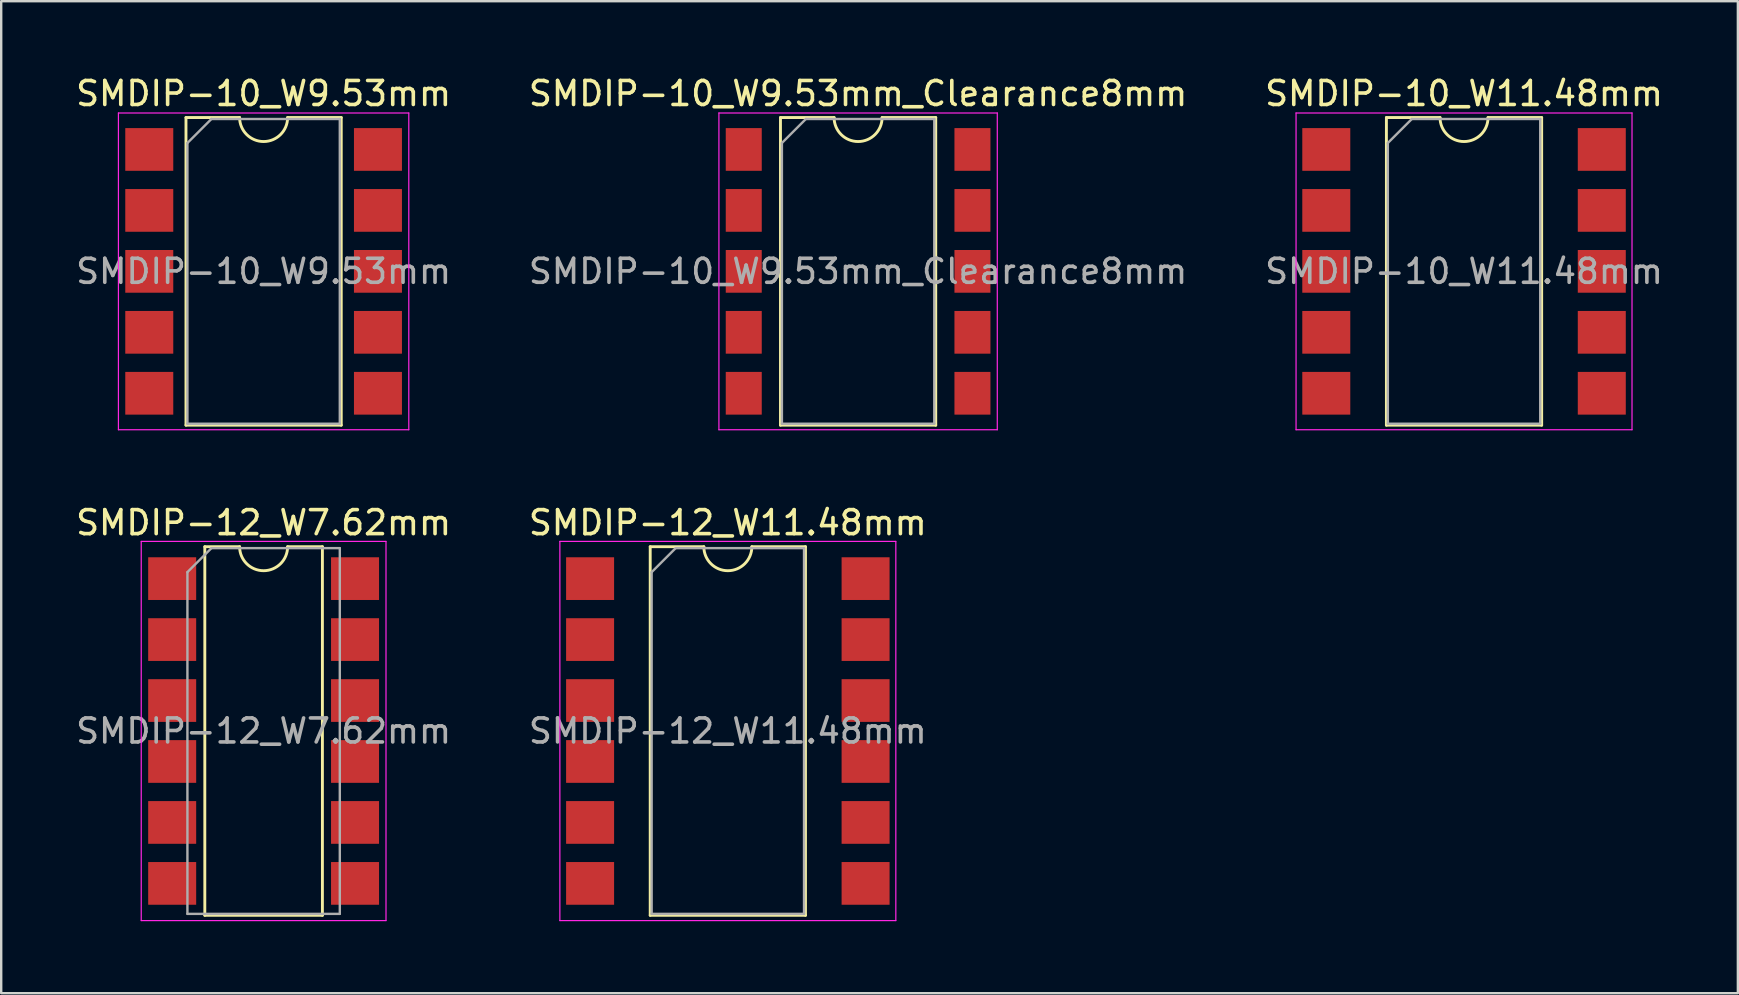
<source format=kicad_pcb>
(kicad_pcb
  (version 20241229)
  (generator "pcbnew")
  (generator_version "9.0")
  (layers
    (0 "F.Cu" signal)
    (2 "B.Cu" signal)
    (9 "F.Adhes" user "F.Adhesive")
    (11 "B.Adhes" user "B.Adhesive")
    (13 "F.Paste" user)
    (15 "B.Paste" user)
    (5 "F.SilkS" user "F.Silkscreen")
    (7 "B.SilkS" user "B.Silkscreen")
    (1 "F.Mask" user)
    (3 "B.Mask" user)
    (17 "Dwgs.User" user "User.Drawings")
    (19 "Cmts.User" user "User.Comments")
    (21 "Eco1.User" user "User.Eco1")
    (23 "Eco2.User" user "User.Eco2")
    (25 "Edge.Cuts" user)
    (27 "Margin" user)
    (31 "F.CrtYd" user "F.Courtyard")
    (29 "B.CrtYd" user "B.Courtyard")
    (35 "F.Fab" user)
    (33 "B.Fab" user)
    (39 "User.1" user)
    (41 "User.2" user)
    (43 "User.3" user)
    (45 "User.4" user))
  (footprint "SMDIP-12_W7.62mm"
    (layer "F.Cu")
    (at 7.935 27.412)
    (property "Reference" "SMDIP-12_W7.62mm" (at 0 -8.68 0) (layer "F.SilkS") (effects (font (size 1 1) (thickness 0.15))))
    (attr smd)
    (fp_line (start -2.45 -7.68) (end -2.45 7.68) (stroke (width 0.12) (type solid)) (layer "F.SilkS"))
    (fp_line (start -2.45 7.68) (end 2.45 7.68) (stroke (width 0.12) (type solid)) (layer "F.SilkS"))
    (fp_line (start -1 -7.68) (end -2.45 -7.68) (stroke (width 0.12) (type solid)) (layer "F.SilkS"))
    (fp_line (start 2.45 -7.68) (end 1 -7.68) (stroke (width 0.12) (type solid)) (layer "F.SilkS"))
    (fp_line (start 2.45 7.68) (end 2.45 -7.68) (stroke (width 0.12) (type solid)) (layer "F.SilkS"))
    (fp_arc (start 1 -7.68) (mid 0 -6.68) (end -1 -7.68) (stroke (width 0.12) (type solid)) (layer "F.SilkS"))
    (fp_line (start -5.1 -7.9) (end -5.1 7.9) (stroke (width 0.05) (type solid)) (layer "F.CrtYd"))
    (fp_line (start -5.1 7.9) (end 5.1 7.9) (stroke (width 0.05) (type solid)) (layer "F.CrtYd"))
    (fp_line (start 5.1 -7.9) (end -5.1 -7.9) (stroke (width 0.05) (type solid)) (layer "F.CrtYd"))
    (fp_line (start 5.1 7.9) (end 5.1 -7.9) (stroke (width 0.05) (type solid)) (layer "F.CrtYd"))
    (fp_line (start -3.175 -6.62) (end -2.175 -7.62) (stroke (width 0.1) (type solid)) (layer "F.Fab"))
    (fp_line (start -3.175 7.62) (end -3.175 -6.62) (stroke (width 0.1) (type solid)) (layer "F.Fab"))
    (fp_line (start -2.175 -7.62) (end 3.175 -7.62) (stroke (width 0.1) (type solid)) (layer "F.Fab"))
    (fp_line (start 3.175 -7.62) (end 3.175 7.62) (stroke (width 0.1) (type solid)) (layer "F.Fab"))
    (fp_line (start 3.175 7.62) (end -3.175 7.62) (stroke (width 0.1) (type solid)) (layer "F.Fab"))
    (fp_text user "${REFERENCE}" (at 0 0 0) (layer "F.Fab") (effects (font (size 1 1) (thickness 0.15))))
    (pad "1" smd rect (at -3.81 -6.35) (size 2 1.78) (layers "F.Cu" "F.Mask" "F.Paste"))
    (pad "2" smd rect (at -3.81 -3.81) (size 2 1.78) (layers "F.Cu" "F.Mask" "F.Paste"))
    (pad "3" smd rect (at -3.81 -1.27) (size 2 1.78) (layers "F.Cu" "F.Mask" "F.Paste"))
    (pad "4" smd rect (at -3.81 1.27) (size 2 1.78) (layers "F.Cu" "F.Mask" "F.Paste"))
    (pad "5" smd rect (at -3.81 3.81) (size 2 1.78) (layers "F.Cu" "F.Mask" "F.Paste"))
    (pad "6" smd rect (at -3.81 6.35) (size 2 1.78) (layers "F.Cu" "F.Mask" "F.Paste"))
    (pad "7" smd rect (at 3.81 6.35) (size 2 1.78) (layers "F.Cu" "F.Mask" "F.Paste"))
    (pad "8" smd rect (at 3.81 3.81) (size 2 1.78) (layers "F.Cu" "F.Mask" "F.Paste"))
    (pad "9" smd rect (at 3.81 1.27) (size 2 1.78) (layers "F.Cu" "F.Mask" "F.Paste"))
    (pad "10" smd rect (at 3.81 -1.27) (size 2 1.78) (layers "F.Cu" "F.Mask" "F.Paste"))
    (pad "11" smd rect (at 3.81 -3.81) (size 2 1.78) (layers "F.Cu" "F.Mask" "F.Paste"))
    (pad "12" smd rect (at 3.81 -6.35) (size 2 1.78) (layers "F.Cu" "F.Mask" "F.Paste")))
  (footprint "SMDIP-10_W9.53mm_Clearance8mm"
    (layer "F.Cu")
    (at 32.708 8.258)
    (property "Reference" "SMDIP-10_W9.53mm_Clearance8mm" (at 0 -7.41 0) (layer "F.SilkS") (effects (font (size 1 1) (thickness 0.15))))
    (attr smd)
    (fp_line (start -3.235 -6.41) (end -3.235 6.41) (stroke (width 0.12) (type solid)) (layer "F.SilkS"))
    (fp_line (start -3.235 6.41) (end 3.235 6.41) (stroke (width 0.12) (type solid)) (layer "F.SilkS"))
    (fp_line (start -1 -6.41) (end -3.235 -6.41) (stroke (width 0.12) (type solid)) (layer "F.SilkS"))
    (fp_line (start 3.235 -6.41) (end 1 -6.41) (stroke (width 0.12) (type solid)) (layer "F.SilkS"))
    (fp_line (start 3.235 6.41) (end 3.235 -6.41) (stroke (width 0.12) (type solid)) (layer "F.SilkS"))
    (fp_arc (start 1 -6.41) (mid 0 -5.41) (end -1 -6.41) (stroke (width 0.12) (type solid)) (layer "F.SilkS"))
    (fp_line (start -5.8 -6.6) (end -5.8 6.6) (stroke (width 0.05) (type solid)) (layer "F.CrtYd"))
    (fp_line (start -5.8 6.6) (end 5.8 6.6) (stroke (width 0.05) (type solid)) (layer "F.CrtYd"))
    (fp_line (start 5.8 -6.6) (end -5.8 -6.6) (stroke (width 0.05) (type solid)) (layer "F.CrtYd"))
    (fp_line (start 5.8 6.6) (end 5.8 -6.6) (stroke (width 0.05) (type solid)) (layer "F.CrtYd"))
    (fp_line (start -3.175 -5.35) (end -2.175 -6.35) (stroke (width 0.1) (type solid)) (layer "F.Fab"))
    (fp_line (start -3.175 6.35) (end -3.175 -5.35) (stroke (width 0.1) (type solid)) (layer "F.Fab"))
    (fp_line (start -2.175 -6.35) (end 3.175 -6.35) (stroke (width 0.1) (type solid)) (layer "F.Fab"))
    (fp_line (start 3.175 -6.35) (end 3.175 6.35) (stroke (width 0.1) (type solid)) (layer "F.Fab"))
    (fp_line (start 3.175 6.35) (end -3.175 6.35) (stroke (width 0.1) (type solid)) (layer "F.Fab"))
    (fp_text user "${REFERENCE}" (at 0 0 0) (layer "F.Fab") (effects (font (size 1 1) (thickness 0.15))))
    (pad "1" smd rect (at -4.765 -5.08) (size 1.5 1.78) (layers "F.Cu" "F.Mask" "F.Paste"))
    (pad "2" smd rect (at -4.765 -2.54) (size 1.5 1.78) (layers "F.Cu" "F.Mask" "F.Paste"))
    (pad "3" smd rect (at -4.765 0) (size 1.5 1.78) (layers "F.Cu" "F.Mask" "F.Paste"))
    (pad "4" smd rect (at -4.765 2.54) (size 1.5 1.78) (layers "F.Cu" "F.Mask" "F.Paste"))
    (pad "5" smd rect (at -4.765 5.08) (size 1.5 1.78) (layers "F.Cu" "F.Mask" "F.Paste"))
    (pad "6" smd rect (at 4.765 5.08) (size 1.5 1.78) (layers "F.Cu" "F.Mask" "F.Paste"))
    (pad "7" smd rect (at 4.765 2.54) (size 1.5 1.78) (layers "F.Cu" "F.Mask" "F.Paste"))
    (pad "8" smd rect (at 4.765 0) (size 1.5 1.78) (layers "F.Cu" "F.Mask" "F.Paste"))
    (pad "9" smd rect (at 4.765 -2.54) (size 1.5 1.78) (layers "F.Cu" "F.Mask" "F.Paste"))
    (pad "10" smd rect (at 4.765 -5.08) (size 1.5 1.78) (layers "F.Cu" "F.Mask" "F.Paste")))
  (footprint "SMDIP-10_W11.48mm"
    (layer "F.Cu")
    (at 57.958 8.258)
    (property "Reference" "SMDIP-10_W11.48mm" (at 0 -7.41 0) (layer "F.SilkS") (effects (font (size 1 1) (thickness 0.15))))
    (attr smd)
    (fp_line (start -3.235 -6.41) (end -3.235 6.41) (stroke (width 0.12) (type solid)) (layer "F.SilkS"))
    (fp_line (start -3.235 6.41) (end 3.235 6.41) (stroke (width 0.12) (type solid)) (layer "F.SilkS"))
    (fp_line (start -1 -6.41) (end -3.235 -6.41) (stroke (width 0.12) (type solid)) (layer "F.SilkS"))
    (fp_line (start 3.235 -6.41) (end 1 -6.41) (stroke (width 0.12) (type solid)) (layer "F.SilkS"))
    (fp_line (start 3.235 6.41) (end 3.235 -6.41) (stroke (width 0.12) (type solid)) (layer "F.SilkS"))
    (fp_arc (start 1 -6.41) (mid 0 -5.41) (end -1 -6.41) (stroke (width 0.12) (type solid)) (layer "F.SilkS"))
    (fp_line (start -7 -6.6) (end -7 6.6) (stroke (width 0.05) (type solid)) (layer "F.CrtYd"))
    (fp_line (start -7 6.6) (end 7 6.6) (stroke (width 0.05) (type solid)) (layer "F.CrtYd"))
    (fp_line (start 7 -6.6) (end -7 -6.6) (stroke (width 0.05) (type solid)) (layer "F.CrtYd"))
    (fp_line (start 7 6.6) (end 7 -6.6) (stroke (width 0.05) (type solid)) (layer "F.CrtYd"))
    (fp_line (start -3.175 -5.35) (end -2.175 -6.35) (stroke (width 0.1) (type solid)) (layer "F.Fab"))
    (fp_line (start -3.175 6.35) (end -3.175 -5.35) (stroke (width 0.1) (type solid)) (layer "F.Fab"))
    (fp_line (start -2.175 -6.35) (end 3.175 -6.35) (stroke (width 0.1) (type solid)) (layer "F.Fab"))
    (fp_line (start 3.175 -6.35) (end 3.175 6.35) (stroke (width 0.1) (type solid)) (layer "F.Fab"))
    (fp_line (start 3.175 6.35) (end -3.175 6.35) (stroke (width 0.1) (type solid)) (layer "F.Fab"))
    (fp_text user "${REFERENCE}" (at 0 0 0) (layer "F.Fab") (effects (font (size 1 1) (thickness 0.15))))
    (pad "1" smd rect (at -5.74 -5.08) (size 2 1.78) (layers "F.Cu" "F.Mask" "F.Paste"))
    (pad "2" smd rect (at -5.74 -2.54) (size 2 1.78) (layers "F.Cu" "F.Mask" "F.Paste"))
    (pad "3" smd rect (at -5.74 0) (size 2 1.78) (layers "F.Cu" "F.Mask" "F.Paste"))
    (pad "4" smd rect (at -5.74 2.54) (size 2 1.78) (layers "F.Cu" "F.Mask" "F.Paste"))
    (pad "5" smd rect (at -5.74 5.08) (size 2 1.78) (layers "F.Cu" "F.Mask" "F.Paste"))
    (pad "6" smd rect (at 5.74 5.08) (size 2 1.78) (layers "F.Cu" "F.Mask" "F.Paste"))
    (pad "7" smd rect (at 5.74 2.54) (size 2 1.78) (layers "F.Cu" "F.Mask" "F.Paste"))
    (pad "8" smd rect (at 5.74 0) (size 2 1.78) (layers "F.Cu" "F.Mask" "F.Paste"))
    (pad "9" smd rect (at 5.74 -2.54) (size 2 1.78) (layers "F.Cu" "F.Mask" "F.Paste"))
    (pad "10" smd rect (at 5.74 -5.08) (size 2 1.78) (layers "F.Cu" "F.Mask" "F.Paste")))
  (footprint "SMDIP-12_W11.48mm"
    (layer "F.Cu")
    (at 27.28 27.412)
    (property "Reference" "SMDIP-12_W11.48mm" (at 0 -8.68 0) (layer "F.SilkS") (effects (font (size 1 1) (thickness 0.15))))
    (attr smd)
    (fp_line (start -3.235 -7.68) (end -3.235 7.68) (stroke (width 0.12) (type solid)) (layer "F.SilkS"))
    (fp_line (start -3.235 7.68) (end 3.235 7.68) (stroke (width 0.12) (type solid)) (layer "F.SilkS"))
    (fp_line (start -1 -7.68) (end -3.235 -7.68) (stroke (width 0.12) (type solid)) (layer "F.SilkS"))
    (fp_line (start 3.235 -7.68) (end 1 -7.68) (stroke (width 0.12) (type solid)) (layer "F.SilkS"))
    (fp_line (start 3.235 7.68) (end 3.235 -7.68) (stroke (width 0.12) (type solid)) (layer "F.SilkS"))
    (fp_arc (start 1 -7.68) (mid 0 -6.68) (end -1 -7.68) (stroke (width 0.12) (type solid)) (layer "F.SilkS"))
    (fp_line (start -7 -7.9) (end -7 7.9) (stroke (width 0.05) (type solid)) (layer "F.CrtYd"))
    (fp_line (start -7 7.9) (end 7 7.9) (stroke (width 0.05) (type solid)) (layer "F.CrtYd"))
    (fp_line (start 7 -7.9) (end -7 -7.9) (stroke (width 0.05) (type solid)) (layer "F.CrtYd"))
    (fp_line (start 7 7.9) (end 7 -7.9) (stroke (width 0.05) (type solid)) (layer "F.CrtYd"))
    (fp_line (start -3.175 -6.62) (end -2.175 -7.62) (stroke (width 0.1) (type solid)) (layer "F.Fab"))
    (fp_line (start -3.175 7.62) (end -3.175 -6.62) (stroke (width 0.1) (type solid)) (layer "F.Fab"))
    (fp_line (start -2.175 -7.62) (end 3.175 -7.62) (stroke (width 0.1) (type solid)) (layer "F.Fab"))
    (fp_line (start 3.175 -7.62) (end 3.175 7.62) (stroke (width 0.1) (type solid)) (layer "F.Fab"))
    (fp_line (start 3.175 7.62) (end -3.175 7.62) (stroke (width 0.1) (type solid)) (layer "F.Fab"))
    (fp_text user "${REFERENCE}" (at 0 0 0) (layer "F.Fab") (effects (font (size 1 1) (thickness 0.15))))
    (pad "1" smd rect (at -5.74 -6.35) (size 2 1.78) (layers "F.Cu" "F.Mask" "F.Paste"))
    (pad "2" smd rect (at -5.74 -3.81) (size 2 1.78) (layers "F.Cu" "F.Mask" "F.Paste"))
    (pad "3" smd rect (at -5.74 -1.27) (size 2 1.78) (layers "F.Cu" "F.Mask" "F.Paste"))
    (pad "4" smd rect (at -5.74 1.27) (size 2 1.78) (layers "F.Cu" "F.Mask" "F.Paste"))
    (pad "5" smd rect (at -5.74 3.81) (size 2 1.78) (layers "F.Cu" "F.Mask" "F.Paste"))
    (pad "6" smd rect (at -5.74 6.35) (size 2 1.78) (layers "F.Cu" "F.Mask" "F.Paste"))
    (pad "7" smd rect (at 5.74 6.35) (size 2 1.78) (layers "F.Cu" "F.Mask" "F.Paste"))
    (pad "8" smd rect (at 5.74 3.81) (size 2 1.78) (layers "F.Cu" "F.Mask" "F.Paste"))
    (pad "9" smd rect (at 5.74 1.27) (size 2 1.78) (layers "F.Cu" "F.Mask" "F.Paste"))
    (pad "10" smd rect (at 5.74 -1.27) (size 2 1.78) (layers "F.Cu" "F.Mask" "F.Paste"))
    (pad "11" smd rect (at 5.74 -3.81) (size 2 1.78) (layers "F.Cu" "F.Mask" "F.Paste"))
    (pad "12" smd rect (at 5.74 -6.35) (size 2 1.78) (layers "F.Cu" "F.Mask" "F.Paste")))
  (footprint "SMDIP-10_W9.53mm"
    (layer "F.Cu")
    (at 7.935 8.258)
    (property "Reference" "SMDIP-10_W9.53mm" (at 0 -7.41 0) (layer "F.SilkS") (effects (font (size 1 1) (thickness 0.15))))
    (attr smd)
    (fp_line (start -3.235 -6.41) (end -3.235 6.41) (stroke (width 0.12) (type solid)) (layer "F.SilkS"))
    (fp_line (start -3.235 6.41) (end 3.235 6.41) (stroke (width 0.12) (type solid)) (layer "F.SilkS"))
    (fp_line (start -1 -6.41) (end -3.235 -6.41) (stroke (width 0.12) (type solid)) (layer "F.SilkS"))
    (fp_line (start 3.235 -6.41) (end 1 -6.41) (stroke (width 0.12) (type solid)) (layer "F.SilkS"))
    (fp_line (start 3.235 6.41) (end 3.235 -6.41) (stroke (width 0.12) (type solid)) (layer "F.SilkS"))
    (fp_arc (start 1 -6.41) (mid 0 -5.41) (end -1 -6.41) (stroke (width 0.12) (type solid)) (layer "F.SilkS"))
    (fp_line (start -6.05 -6.6) (end -6.05 6.6) (stroke (width 0.05) (type solid)) (layer "F.CrtYd"))
    (fp_line (start -6.05 6.6) (end 6.05 6.6) (stroke (width 0.05) (type solid)) (layer "F.CrtYd"))
    (fp_line (start 6.05 -6.6) (end -6.05 -6.6) (stroke (width 0.05) (type solid)) (layer "F.CrtYd"))
    (fp_line (start 6.05 6.6) (end 6.05 -6.6) (stroke (width 0.05) (type solid)) (layer "F.CrtYd"))
    (fp_line (start -3.175 -5.35) (end -2.175 -6.35) (stroke (width 0.1) (type solid)) (layer "F.Fab"))
    (fp_line (start -3.175 6.35) (end -3.175 -5.35) (stroke (width 0.1) (type solid)) (layer "F.Fab"))
    (fp_line (start -2.175 -6.35) (end 3.175 -6.35) (stroke (width 0.1) (type solid)) (layer "F.Fab"))
    (fp_line (start 3.175 -6.35) (end 3.175 6.35) (stroke (width 0.1) (type solid)) (layer "F.Fab"))
    (fp_line (start 3.175 6.35) (end -3.175 6.35) (stroke (width 0.1) (type solid)) (layer "F.Fab"))
    (fp_text user "${REFERENCE}" (at 0 0 0) (layer "F.Fab") (effects (font (size 1 1) (thickness 0.15))))
    (pad "1" smd rect (at -4.765 -5.08) (size 2 1.78) (layers "F.Cu" "F.Mask" "F.Paste"))
    (pad "2" smd rect (at -4.765 -2.54) (size 2 1.78) (layers "F.Cu" "F.Mask" "F.Paste"))
    (pad "3" smd rect (at -4.765 0) (size 2 1.78) (layers "F.Cu" "F.Mask" "F.Paste"))
    (pad "4" smd rect (at -4.765 2.54) (size 2 1.78) (layers "F.Cu" "F.Mask" "F.Paste"))
    (pad "5" smd rect (at -4.765 5.08) (size 2 1.78) (layers "F.Cu" "F.Mask" "F.Paste"))
    (pad "6" smd rect (at 4.765 5.08) (size 2 1.78) (layers "F.Cu" "F.Mask" "F.Paste"))
    (pad "7" smd rect (at 4.765 2.54) (size 2 1.78) (layers "F.Cu" "F.Mask" "F.Paste"))
    (pad "8" smd rect (at 4.765 0) (size 2 1.78) (layers "F.Cu" "F.Mask" "F.Paste"))
    (pad "9" smd rect (at 4.765 -2.54) (size 2 1.78) (layers "F.Cu" "F.Mask" "F.Paste"))
    (pad "10" smd rect (at 4.765 -5.08) (size 2 1.78) (layers "F.Cu" "F.Mask" "F.Paste")))
  (gr_rect
    (start -3 -3)
    (end 69.369 38.337)
    (stroke (width 0.1) (type default))
    (fill no)
    (layer "Edge.Cuts")))
</source>
